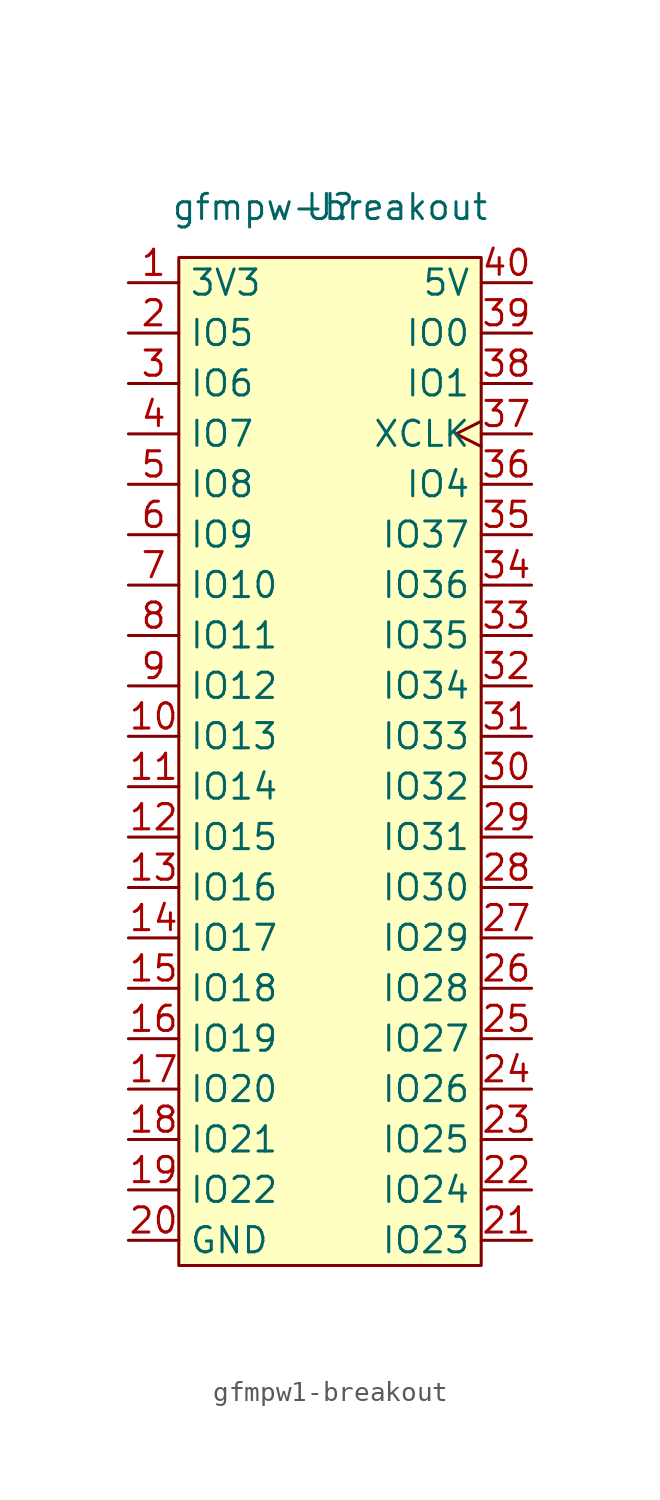
<source format=kicad_sym>
(kicad_symbol_lib
  (version 20220914)
  (generator kicad_symbol_editor)
  (symbol "gfmpw1-breakout"
    (property "Reference" "U"
      (at 0 0 0)
      (effects (font (size 1.27 1.27))))
    (property "Value" "gfmpw-breakout"
      (at 0 0 0)
      (effects (font (size 1.27 1.27))))
    (symbol "gfmpw1-breakout_1_1"
      (rectangle (start -7.62 -2.54) (end 7.62 -53.34) (stroke (width 0) (type default)) (fill (type background)))
      (pin power_out line (at -10.16 -3.81 0) (length 2.54) (name "3V3" (effects (font (size 1.27 1.27)))) (number "1" (effects (font (size 1.27 1.27)))))
      (pin tri_state line (at -10.16 -26.67 0) (length 2.54) (name "IO13" (effects (font (size 1.27 1.27)))) (number "10" (effects (font (size 1.27 1.27)))))
      (pin tri_state line (at -10.16 -29.21 0) (length 2.54) (name "IO14" (effects (font (size 1.27 1.27)))) (number "11" (effects (font (size 1.27 1.27)))))
      (pin tri_state line (at -10.16 -31.75 0) (length 2.54) (name "IO15" (effects (font (size 1.27 1.27)))) (number "12" (effects (font (size 1.27 1.27)))))
      (pin tri_state line (at -10.16 -34.29 0) (length 2.54) (name "IO16" (effects (font (size 1.27 1.27)))) (number "13" (effects (font (size 1.27 1.27)))))
      (pin tri_state line (at -10.16 -36.83 0) (length 2.54) (name "IO17" (effects (font (size 1.27 1.27)))) (number "14" (effects (font (size 1.27 1.27)))))
      (pin tri_state line (at -10.16 -39.37 0) (length 2.54) (name "IO18" (effects (font (size 1.27 1.27)))) (number "15" (effects (font (size 1.27 1.27)))))
      (pin tri_state line (at -10.16 -41.91 0) (length 2.54) (name "IO19" (effects (font (size 1.27 1.27)))) (number "16" (effects (font (size 1.27 1.27)))))
      (pin tri_state line (at -10.16 -44.45 0) (length 2.54) (name "IO20" (effects (font (size 1.27 1.27)))) (number "17" (effects (font (size 1.27 1.27)))))
      (pin tri_state line (at -10.16 -46.99 0) (length 2.54) (name "IO21" (effects (font (size 1.27 1.27)))) (number "18" (effects (font (size 1.27 1.27)))))
      (pin tri_state line (at -10.16 -49.53 0) (length 2.54) (name "IO22" (effects (font (size 1.27 1.27)))) (number "19" (effects (font (size 1.27 1.27)))))
      (pin tri_state line (at -10.16 -6.35 0) (length 2.54) (name "IO5" (effects (font (size 1.27 1.27)))) (number "2" (effects (font (size 1.27 1.27)))))
      (pin power_in line (at -10.16 -52.07 0) (length 2.54) (name "GND" (effects (font (size 1.27 1.27)))) (number "20" (effects (font (size 1.27 1.27)))))
      (pin tri_state line (at 10.16 -52.07 180) (length 2.54) (name "IO23" (effects (font (size 1.27 1.27)))) (number "21" (effects (font (size 1.27 1.27)))))
      (pin tri_state line (at 10.16 -49.53 180) (length 2.54) (name "IO24" (effects (font (size 1.27 1.27)))) (number "22" (effects (font (size 1.27 1.27)))))
      (pin tri_state line (at 10.16 -46.99 180) (length 2.54) (name "IO25" (effects (font (size 1.27 1.27)))) (number "23" (effects (font (size 1.27 1.27)))))
      (pin tri_state line (at 10.16 -44.45 180) (length 2.54) (name "IO26" (effects (font (size 1.27 1.27)))) (number "24" (effects (font (size 1.27 1.27)))))
      (pin tri_state line (at 10.16 -41.91 180) (length 2.54) (name "IO27" (effects (font (size 1.27 1.27)))) (number "25" (effects (font (size 1.27 1.27)))))
      (pin tri_state line (at 10.16 -39.37 180) (length 2.54) (name "IO28" (effects (font (size 1.27 1.27)))) (number "26" (effects (font (size 1.27 1.27)))))
      (pin tri_state line (at 10.16 -36.83 180) (length 2.54) (name "IO29" (effects (font (size 1.27 1.27)))) (number "27" (effects (font (size 1.27 1.27)))))
      (pin tri_state line (at 10.16 -34.29 180) (length 2.54) (name "IO30" (effects (font (size 1.27 1.27)))) (number "28" (effects (font (size 1.27 1.27)))))
      (pin tri_state line (at 10.16 -31.75 180) (length 2.54) (name "IO31" (effects (font (size 1.27 1.27)))) (number "29" (effects (font (size 1.27 1.27)))))
      (pin tri_state line (at -10.16 -8.89 0) (length 2.54) (name "IO6" (effects (font (size 1.27 1.27)))) (number "3" (effects (font (size 1.27 1.27)))))
      (pin tri_state line (at 10.16 -29.21 180) (length 2.54) (name "IO32" (effects (font (size 1.27 1.27)))) (number "30" (effects (font (size 1.27 1.27)))))
      (pin tri_state line (at 10.16 -26.67 180) (length 2.54) (name "IO33" (effects (font (size 1.27 1.27)))) (number "31" (effects (font (size 1.27 1.27)))))
      (pin tri_state line (at 10.16 -24.13 180) (length 2.54) (name "IO34" (effects (font (size 1.27 1.27)))) (number "32" (effects (font (size 1.27 1.27)))))
      (pin tri_state line (at 10.16 -21.59 180) (length 2.54) (name "IO35" (effects (font (size 1.27 1.27)))) (number "33" (effects (font (size 1.27 1.27)))))
      (pin tri_state line (at 10.16 -19.05 180) (length 2.54) (name "IO36" (effects (font (size 1.27 1.27)))) (number "34" (effects (font (size 1.27 1.27)))))
      (pin tri_state line (at 10.16 -16.51 180) (length 2.54) (name "IO37" (effects (font (size 1.27 1.27)))) (number "35" (effects (font (size 1.27 1.27)))))
      (pin tri_state line (at 10.16 -13.97 180) (length 2.54) (name "IO4" (effects (font (size 1.27 1.27)))) (number "36" (effects (font (size 1.27 1.27)))))
      (pin input clock (at 10.16 -11.43 180) (length 2.54) (name "XCLK" (effects (font (size 1.27 1.27)))) (number "37" (effects (font (size 1.27 1.27)))))
      (pin tri_state line (at 10.16 -8.89 180) (length 2.54) (name "IO1" (effects (font (size 1.27 1.27)))) (number "38" (effects (font (size 1.27 1.27)))))
      (pin tri_state line (at 10.16 -6.35 180) (length 2.54) (name "IO0" (effects (font (size 1.27 1.27)))) (number "39" (effects (font (size 1.27 1.27)))))
      (pin tri_state line (at -10.16 -11.43 0) (length 2.54) (name "IO7" (effects (font (size 1.27 1.27)))) (number "4" (effects (font (size 1.27 1.27)))))
      (pin power_in line (at 10.16 -3.81 180) (length 2.54) (name "5V" (effects (font (size 1.27 1.27)))) (number "40" (effects (font (size 1.27 1.27)))))
      (pin tri_state line (at -10.16 -13.97 0) (length 2.54) (name "IO8" (effects (font (size 1.27 1.27)))) (number "5" (effects (font (size 1.27 1.27)))))
      (pin tri_state line (at -10.16 -16.51 0) (length 2.54) (name "IO9" (effects (font (size 1.27 1.27)))) (number "6" (effects (font (size 1.27 1.27)))))
      (pin tri_state line (at -10.16 -19.05 0) (length 2.54) (name "IO10" (effects (font (size 1.27 1.27)))) (number "7" (effects (font (size 1.27 1.27)))))
      (pin tri_state line (at -10.16 -21.59 0) (length 2.54) (name "IO11" (effects (font (size 1.27 1.27)))) (number "8" (effects (font (size 1.27 1.27)))))
      (pin tri_state line (at -10.16 -24.13 0) (length 2.54) (name "IO12" (effects (font (size 1.27 1.27)))) (number "9" (effects (font (size 1.27 1.27))))))))
</source>
